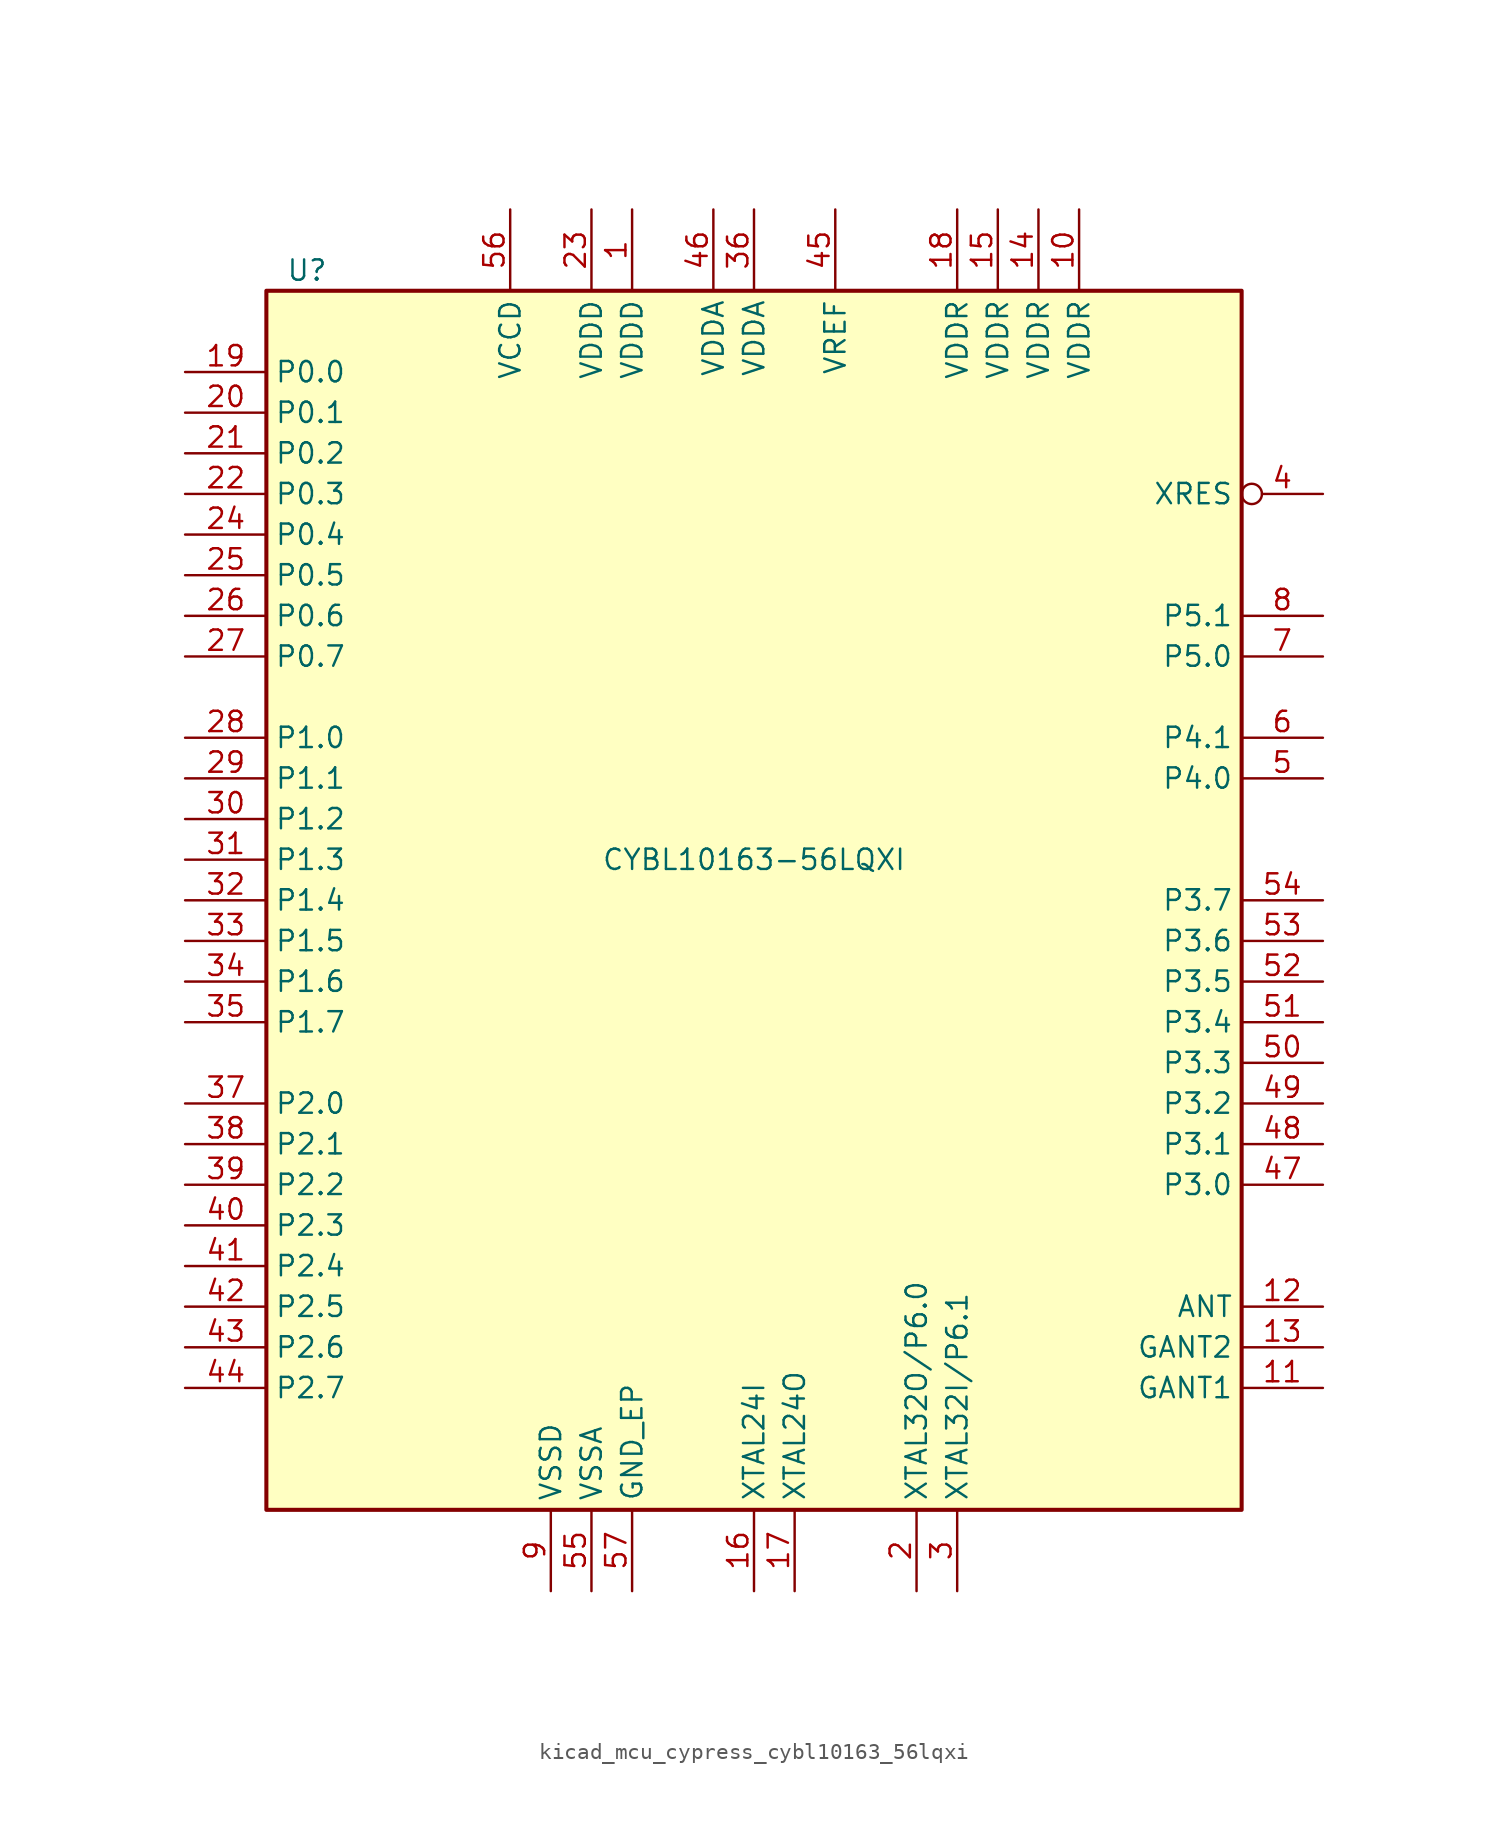
<source format=kicad_sym>
(kicad_symbol_lib
  (version 20220914)
  (generator kicad_symbol_editor)
  (symbol "kicad_mcu_cypress_cybl10163_56lqxi"
    (property "Reference" "U"
      (at -27.94 39.37 0)
      (effects (font (size 1.27 1.27))))
    (property "Value" "CYBL10163-56LQXI"
      (at 0 2.54 0)
      (effects (font (size 1.27 1.27))))
    (symbol "kicad_mcu_cypress_cybl10163_56lqxi_1_0"
      (rectangle (start -30.48 -38.1) (end 30.48 38.1) (stroke (width 0.254) (type default)) (fill (type background))))
    (symbol "kicad_mcu_cypress_cybl10163_56lqxi_1_1"
      (pin power_in line (at -7.62 43.18 270) (length 5.08) (name "VDDD" (effects (font (size 1.27 1.27)))) (number "1" (effects (font (size 1.27 1.27)))))
      (pin power_in line (at 20.32 43.18 270) (length 5.08) (name "VDDR" (effects (font (size 1.27 1.27)))) (number "10" (effects (font (size 1.27 1.27)))))
      (pin power_in line (at 35.56 -30.48 180) (length 5.08) (name "GANT1" (effects (font (size 1.27 1.27)))) (number "11" (effects (font (size 1.27 1.27)))))
      (pin output line (at 35.56 -25.4 180) (length 5.08) (name "ANT" (effects (font (size 1.27 1.27)))) (number "12" (effects (font (size 1.27 1.27)))))
      (pin power_in line (at 35.56 -27.94 180) (length 5.08) (name "GANT2" (effects (font (size 1.27 1.27)))) (number "13" (effects (font (size 1.27 1.27)))))
      (pin power_in line (at 17.78 43.18 270) (length 5.08) (name "VDDR" (effects (font (size 1.27 1.27)))) (number "14" (effects (font (size 1.27 1.27)))))
      (pin power_in line (at 15.24 43.18 270) (length 5.08) (name "VDDR" (effects (font (size 1.27 1.27)))) (number "15" (effects (font (size 1.27 1.27)))))
      (pin input line (at 0 -43.18 90) (length 5.08) (name "XTAL24I" (effects (font (size 1.27 1.27)))) (number "16" (effects (font (size 1.27 1.27)))))
      (pin output line (at 2.54 -43.18 90) (length 5.08) (name "XTAL24O" (effects (font (size 1.27 1.27)))) (number "17" (effects (font (size 1.27 1.27)))))
      (pin power_in line (at 12.7 43.18 270) (length 5.08) (name "VDDR" (effects (font (size 1.27 1.27)))) (number "18" (effects (font (size 1.27 1.27)))))
      (pin bidirectional line (at -35.56 33.02 0) (length 5.08) (name "P0.0" (effects (font (size 1.27 1.27)))) (number "19" (effects (font (size 1.27 1.27)))))
      (pin bidirectional line (at 10.16 -43.18 90) (length 5.08) (name "XTAL32O/P6.0" (effects (font (size 1.27 1.27)))) (number "2" (effects (font (size 1.27 1.27)))))
      (pin bidirectional line (at -35.56 30.48 0) (length 5.08) (name "P0.1" (effects (font (size 1.27 1.27)))) (number "20" (effects (font (size 1.27 1.27)))))
      (pin bidirectional line (at -35.56 27.94 0) (length 5.08) (name "P0.2" (effects (font (size 1.27 1.27)))) (number "21" (effects (font (size 1.27 1.27)))))
      (pin bidirectional line (at -35.56 25.4 0) (length 5.08) (name "P0.3" (effects (font (size 1.27 1.27)))) (number "22" (effects (font (size 1.27 1.27)))))
      (pin power_in line (at -10.16 43.18 270) (length 5.08) (name "VDDD" (effects (font (size 1.27 1.27)))) (number "23" (effects (font (size 1.27 1.27)))))
      (pin bidirectional line (at -35.56 22.86 0) (length 5.08) (name "P0.4" (effects (font (size 1.27 1.27)))) (number "24" (effects (font (size 1.27 1.27)))))
      (pin bidirectional line (at -35.56 20.32 0) (length 5.08) (name "P0.5" (effects (font (size 1.27 1.27)))) (number "25" (effects (font (size 1.27 1.27)))))
      (pin bidirectional line (at -35.56 17.78 0) (length 5.08) (name "P0.6" (effects (font (size 1.27 1.27)))) (number "26" (effects (font (size 1.27 1.27)))))
      (pin bidirectional line (at -35.56 15.24 0) (length 5.08) (name "P0.7" (effects (font (size 1.27 1.27)))) (number "27" (effects (font (size 1.27 1.27)))))
      (pin bidirectional line (at -35.56 10.16 0) (length 5.08) (name "P1.0" (effects (font (size 1.27 1.27)))) (number "28" (effects (font (size 1.27 1.27)))))
      (pin bidirectional line (at -35.56 7.62 0) (length 5.08) (name "P1.1" (effects (font (size 1.27 1.27)))) (number "29" (effects (font (size 1.27 1.27)))))
      (pin bidirectional line (at 12.7 -43.18 90) (length 5.08) (name "XTAL32I/P6.1" (effects (font (size 1.27 1.27)))) (number "3" (effects (font (size 1.27 1.27)))))
      (pin bidirectional line (at -35.56 5.08 0) (length 5.08) (name "P1.2" (effects (font (size 1.27 1.27)))) (number "30" (effects (font (size 1.27 1.27)))))
      (pin bidirectional line (at -35.56 2.54 0) (length 5.08) (name "P1.3" (effects (font (size 1.27 1.27)))) (number "31" (effects (font (size 1.27 1.27)))))
      (pin bidirectional line (at -35.56 0 0) (length 5.08) (name "P1.4" (effects (font (size 1.27 1.27)))) (number "32" (effects (font (size 1.27 1.27)))))
      (pin bidirectional line (at -35.56 -2.54 0) (length 5.08) (name "P1.5" (effects (font (size 1.27 1.27)))) (number "33" (effects (font (size 1.27 1.27)))))
      (pin bidirectional line (at -35.56 -5.08 0) (length 5.08) (name "P1.6" (effects (font (size 1.27 1.27)))) (number "34" (effects (font (size 1.27 1.27)))))
      (pin bidirectional line (at -35.56 -7.62 0) (length 5.08) (name "P1.7" (effects (font (size 1.27 1.27)))) (number "35" (effects (font (size 1.27 1.27)))))
      (pin power_in line (at 0 43.18 270) (length 5.08) (name "VDDA" (effects (font (size 1.27 1.27)))) (number "36" (effects (font (size 1.27 1.27)))))
      (pin bidirectional line (at -35.56 -12.7 0) (length 5.08) (name "P2.0" (effects (font (size 1.27 1.27)))) (number "37" (effects (font (size 1.27 1.27)))))
      (pin bidirectional line (at -35.56 -15.24 0) (length 5.08) (name "P2.1" (effects (font (size 1.27 1.27)))) (number "38" (effects (font (size 1.27 1.27)))))
      (pin bidirectional line (at -35.56 -17.78 0) (length 5.08) (name "P2.2" (effects (font (size 1.27 1.27)))) (number "39" (effects (font (size 1.27 1.27)))))
      (pin input inverted (at 35.56 25.4 180) (length 5.08) (name "XRES" (effects (font (size 1.27 1.27)))) (number "4" (effects (font (size 1.27 1.27)))))
      (pin bidirectional line (at -35.56 -20.32 0) (length 5.08) (name "P2.3" (effects (font (size 1.27 1.27)))) (number "40" (effects (font (size 1.27 1.27)))))
      (pin bidirectional line (at -35.56 -22.86 0) (length 5.08) (name "P2.4" (effects (font (size 1.27 1.27)))) (number "41" (effects (font (size 1.27 1.27)))))
      (pin bidirectional line (at -35.56 -25.4 0) (length 5.08) (name "P2.5" (effects (font (size 1.27 1.27)))) (number "42" (effects (font (size 1.27 1.27)))))
      (pin bidirectional line (at -35.56 -27.94 0) (length 5.08) (name "P2.6" (effects (font (size 1.27 1.27)))) (number "43" (effects (font (size 1.27 1.27)))))
      (pin bidirectional line (at -35.56 -30.48 0) (length 5.08) (name "P2.7" (effects (font (size 1.27 1.27)))) (number "44" (effects (font (size 1.27 1.27)))))
      (pin passive line (at 5.08 43.18 270) (length 5.08) (name "VREF" (effects (font (size 1.27 1.27)))) (number "45" (effects (font (size 1.27 1.27)))))
      (pin power_in line (at -2.54 43.18 270) (length 5.08) (name "VDDA" (effects (font (size 1.27 1.27)))) (number "46" (effects (font (size 1.27 1.27)))))
      (pin bidirectional line (at 35.56 -17.78 180) (length 5.08) (name "P3.0" (effects (font (size 1.27 1.27)))) (number "47" (effects (font (size 1.27 1.27)))))
      (pin bidirectional line (at 35.56 -15.24 180) (length 5.08) (name "P3.1" (effects (font (size 1.27 1.27)))) (number "48" (effects (font (size 1.27 1.27)))))
      (pin bidirectional line (at 35.56 -12.7 180) (length 5.08) (name "P3.2" (effects (font (size 1.27 1.27)))) (number "49" (effects (font (size 1.27 1.27)))))
      (pin bidirectional line (at 35.56 7.62 180) (length 5.08) (name "P4.0" (effects (font (size 1.27 1.27)))) (number "5" (effects (font (size 1.27 1.27)))))
      (pin bidirectional line (at 35.56 -10.16 180) (length 5.08) (name "P3.3" (effects (font (size 1.27 1.27)))) (number "50" (effects (font (size 1.27 1.27)))))
      (pin bidirectional line (at 35.56 -7.62 180) (length 5.08) (name "P3.4" (effects (font (size 1.27 1.27)))) (number "51" (effects (font (size 1.27 1.27)))))
      (pin bidirectional line (at 35.56 -5.08 180) (length 5.08) (name "P3.5" (effects (font (size 1.27 1.27)))) (number "52" (effects (font (size 1.27 1.27)))))
      (pin bidirectional line (at 35.56 -2.54 180) (length 5.08) (name "P3.6" (effects (font (size 1.27 1.27)))) (number "53" (effects (font (size 1.27 1.27)))))
      (pin bidirectional line (at 35.56 0 180) (length 5.08) (name "P3.7" (effects (font (size 1.27 1.27)))) (number "54" (effects (font (size 1.27 1.27)))))
      (pin power_in line (at -10.16 -43.18 90) (length 5.08) (name "VSSA" (effects (font (size 1.27 1.27)))) (number "55" (effects (font (size 1.27 1.27)))))
      (pin power_out line (at -15.24 43.18 270) (length 5.08) (name "VCCD" (effects (font (size 1.27 1.27)))) (number "56" (effects (font (size 1.27 1.27)))))
      (pin power_in line (at -7.62 -43.18 90) (length 5.08) (name "GND_EP" (effects (font (size 1.27 1.27)))) (number "57" (effects (font (size 1.27 1.27)))))
      (pin bidirectional line (at 35.56 10.16 180) (length 5.08) (name "P4.1" (effects (font (size 1.27 1.27)))) (number "6" (effects (font (size 1.27 1.27)))))
      (pin bidirectional line (at 35.56 15.24 180) (length 5.08) (name "P5.0" (effects (font (size 1.27 1.27)))) (number "7" (effects (font (size 1.27 1.27)))))
      (pin bidirectional line (at 35.56 17.78 180) (length 5.08) (name "P5.1" (effects (font (size 1.27 1.27)))) (number "8" (effects (font (size 1.27 1.27)))))
      (pin power_in line (at -12.7 -43.18 90) (length 5.08) (name "VSSD" (effects (font (size 1.27 1.27)))) (number "9" (effects (font (size 1.27 1.27))))))))
</source>
